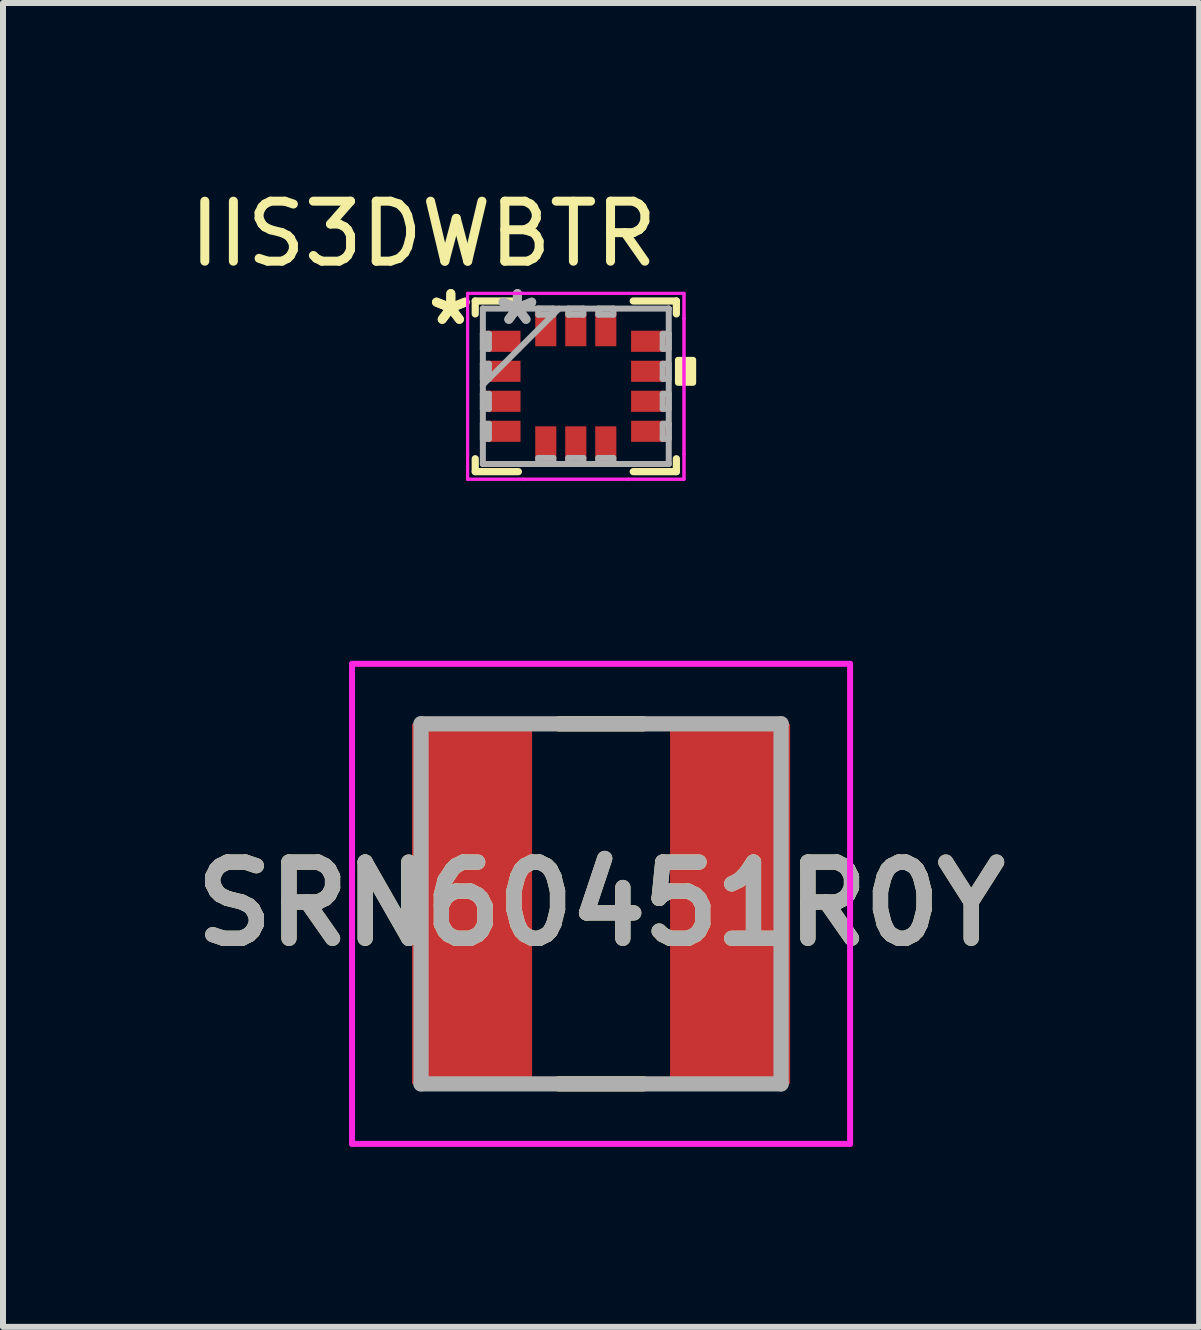
<source format=kicad_pcb>
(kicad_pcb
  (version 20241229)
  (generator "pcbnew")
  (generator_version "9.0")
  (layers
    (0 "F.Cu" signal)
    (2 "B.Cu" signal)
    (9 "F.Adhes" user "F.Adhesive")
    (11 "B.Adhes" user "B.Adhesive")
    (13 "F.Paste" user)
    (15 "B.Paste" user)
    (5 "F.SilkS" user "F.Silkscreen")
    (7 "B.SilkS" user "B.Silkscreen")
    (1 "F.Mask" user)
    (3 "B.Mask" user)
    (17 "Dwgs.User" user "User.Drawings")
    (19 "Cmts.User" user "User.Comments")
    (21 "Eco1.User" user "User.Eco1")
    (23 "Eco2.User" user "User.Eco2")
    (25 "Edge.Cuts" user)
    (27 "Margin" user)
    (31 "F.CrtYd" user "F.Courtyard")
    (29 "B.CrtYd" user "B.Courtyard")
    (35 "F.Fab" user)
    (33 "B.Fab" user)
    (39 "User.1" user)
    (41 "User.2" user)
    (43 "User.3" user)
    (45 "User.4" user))
  (footprint "IIS3DWBTR"
    (layer "F.Cu")
    (at 6.546 3.388)
    (property "Reference" "IIS3DWBTR" (at -2.54 -2.54 0) (layer "F.SilkS") (effects (font (size 1 1) (thickness 0.15))))
    (attr through_hole)
    (fp_line (start -1.676 -1.422) (end -1.676 -1.207) (stroke (width 0.12) (type solid)) (layer "F.SilkS"))
    (fp_line (start -1.676 1.207) (end -1.676 1.422) (stroke (width 0.12) (type solid)) (layer "F.SilkS"))
    (fp_line (start -1.676 1.422) (end -0.957 1.422) (stroke (width 0.12) (type solid)) (layer "F.SilkS"))
    (fp_line (start -0.957 -1.422) (end -1.676 -1.422) (stroke (width 0.12) (type solid)) (layer "F.SilkS"))
    (fp_line (start 0.957 1.422) (end 1.676 1.422) (stroke (width 0.12) (type solid)) (layer "F.SilkS"))
    (fp_line (start 1.676 -1.422) (end 0.957 -1.422) (stroke (width 0.12) (type solid)) (layer "F.SilkS"))
    (fp_line (start 1.676 -1.207) (end 1.676 -1.422) (stroke (width 0.12) (type solid)) (layer "F.SilkS"))
    (fp_line (start 1.676 1.422) (end 1.676 1.207) (stroke (width 0.12) (type solid)) (layer "F.SilkS"))
    (fp_poly (pts (xy 1.956 -0.441) (xy 1.956 -0.059) (xy 1.702 -0.059) (xy 1.702 -0.441)) (stroke (width 0.1) (type solid)) (fill yes) (layer "F.SilkS"))
    (fp_line (start -1.803 -1.549) (end -0.879 -1.549) (stroke (width 0.05) (type solid)) (layer "F.CrtYd"))
    (fp_line (start -1.803 -1.549) (end -0.879 -1.549) (stroke (width 0.05) (type solid)) (layer "F.CrtYd"))
    (fp_line (start -1.803 -1.129) (end -1.803 -1.549) (stroke (width 0.05) (type solid)) (layer "F.CrtYd"))
    (fp_line (start -1.803 -1.129) (end -1.803 -1.549) (stroke (width 0.05) (type solid)) (layer "F.CrtYd"))
    (fp_line (start -1.803 -1.129) (end -1.803 -1.129) (stroke (width 0.05) (type solid)) (layer "F.CrtYd"))
    (fp_line (start -1.803 -1.129) (end -1.803 -1.129) (stroke (width 0.05) (type solid)) (layer "F.CrtYd"))
    (fp_line (start -1.803 1.129) (end -1.803 -1.129) (stroke (width 0.05) (type solid)) (layer "F.CrtYd"))
    (fp_line (start -1.803 1.129) (end -1.803 -1.129) (stroke (width 0.05) (type solid)) (layer "F.CrtYd"))
    (fp_line (start -1.803 1.129) (end -1.803 1.129) (stroke (width 0.05) (type solid)) (layer "F.CrtYd"))
    (fp_line (start -1.803 1.129) (end -1.803 1.129) (stroke (width 0.05) (type solid)) (layer "F.CrtYd"))
    (fp_line (start -1.803 1.549) (end -1.803 1.129) (stroke (width 0.05) (type solid)) (layer "F.CrtYd"))
    (fp_line (start -1.803 1.549) (end -1.803 1.129) (stroke (width 0.05) (type solid)) (layer "F.CrtYd"))
    (fp_line (start -0.879 -1.549) (end -0.879 -1.549) (stroke (width 0.05) (type solid)) (layer "F.CrtYd"))
    (fp_line (start -0.879 -1.549) (end -0.879 -1.549) (stroke (width 0.05) (type solid)) (layer "F.CrtYd"))
    (fp_line (start -0.879 -1.549) (end 0.879 -1.549) (stroke (width 0.05) (type solid)) (layer "F.CrtYd"))
    (fp_line (start -0.879 -1.549) (end 0.879 -1.549) (stroke (width 0.05) (type solid)) (layer "F.CrtYd"))
    (fp_line (start -0.879 1.549) (end -1.803 1.549) (stroke (width 0.05) (type solid)) (layer "F.CrtYd"))
    (fp_line (start -0.879 1.549) (end -1.803 1.549) (stroke (width 0.05) (type solid)) (layer "F.CrtYd"))
    (fp_line (start -0.879 1.549) (end -0.879 1.549) (stroke (width 0.05) (type solid)) (layer "F.CrtYd"))
    (fp_line (start -0.879 1.549) (end -0.879 1.549) (stroke (width 0.05) (type solid)) (layer "F.CrtYd"))
    (fp_line (start 0.879 -1.549) (end 0.879 -1.549) (stroke (width 0.05) (type solid)) (layer "F.CrtYd"))
    (fp_line (start 0.879 -1.549) (end 0.879 -1.549) (stroke (width 0.05) (type solid)) (layer "F.CrtYd"))
    (fp_line (start 0.879 -1.549) (end 1.803 -1.549) (stroke (width 0.05) (type solid)) (layer "F.CrtYd"))
    (fp_line (start 0.879 -1.549) (end 1.803 -1.549) (stroke (width 0.05) (type solid)) (layer "F.CrtYd"))
    (fp_line (start 0.879 1.549) (end -0.879 1.549) (stroke (width 0.05) (type solid)) (layer "F.CrtYd"))
    (fp_line (start 0.879 1.549) (end -0.879 1.549) (stroke (width 0.05) (type solid)) (layer "F.CrtYd"))
    (fp_line (start 0.879 1.549) (end 0.879 1.549) (stroke (width 0.05) (type solid)) (layer "F.CrtYd"))
    (fp_line (start 0.879 1.549) (end 0.879 1.549) (stroke (width 0.05) (type solid)) (layer "F.CrtYd"))
    (fp_line (start 1.803 -1.549) (end 1.803 -1.129) (stroke (width 0.05) (type solid)) (layer "F.CrtYd"))
    (fp_line (start 1.803 -1.549) (end 1.803 -1.129) (stroke (width 0.05) (type solid)) (layer "F.CrtYd"))
    (fp_line (start 1.803 -1.129) (end 1.803 -1.129) (stroke (width 0.05) (type solid)) (layer "F.CrtYd"))
    (fp_line (start 1.803 -1.129) (end 1.803 -1.129) (stroke (width 0.05) (type solid)) (layer "F.CrtYd"))
    (fp_line (start 1.803 -1.129) (end 1.803 1.129) (stroke (width 0.05) (type solid)) (layer "F.CrtYd"))
    (fp_line (start 1.803 -1.129) (end 1.803 1.129) (stroke (width 0.05) (type solid)) (layer "F.CrtYd"))
    (fp_line (start 1.803 1.129) (end 1.803 1.129) (stroke (width 0.05) (type solid)) (layer "F.CrtYd"))
    (fp_line (start 1.803 1.129) (end 1.803 1.129) (stroke (width 0.05) (type solid)) (layer "F.CrtYd"))
    (fp_line (start 1.803 1.129) (end 1.803 1.549) (stroke (width 0.05) (type solid)) (layer "F.CrtYd"))
    (fp_line (start 1.803 1.129) (end 1.803 1.549) (stroke (width 0.05) (type solid)) (layer "F.CrtYd"))
    (fp_line (start 1.803 1.549) (end 0.879 1.549) (stroke (width 0.05) (type solid)) (layer "F.CrtYd"))
    (fp_line (start 1.803 1.549) (end 0.879 1.549) (stroke (width 0.05) (type solid)) (layer "F.CrtYd"))
    (fp_line (start -1.549 -1.295) (end -1.549 -1.295) (stroke (width 0.1) (type solid)) (layer "F.Fab"))
    (fp_line (start -1.549 -1.295) (end -1.549 1.295) (stroke (width 0.1) (type solid)) (layer "F.Fab"))
    (fp_line (start -1.549 -0.875) (end -1.448 -0.875) (stroke (width 0.1) (type solid)) (layer "F.Fab"))
    (fp_line (start -1.549 -0.625) (end -1.549 -0.875) (stroke (width 0.1) (type solid)) (layer "F.Fab"))
    (fp_line (start -1.549 -0.375) (end -1.448 -0.375) (stroke (width 0.1) (type solid)) (layer "F.Fab"))
    (fp_line (start -1.549 -0.125) (end -1.549 -0.375) (stroke (width 0.1) (type solid)) (layer "F.Fab"))
    (fp_line (start -1.549 -0.025) (end -0.279 -1.295) (stroke (width 0.1) (type solid)) (layer "F.Fab"))
    (fp_line (start -1.549 0.125) (end -1.448 0.125) (stroke (width 0.1) (type solid)) (layer "F.Fab"))
    (fp_line (start -1.549 0.375) (end -1.549 0.125) (stroke (width 0.1) (type solid)) (layer "F.Fab"))
    (fp_line (start -1.549 0.625) (end -1.448 0.625) (stroke (width 0.1) (type solid)) (layer "F.Fab"))
    (fp_line (start -1.549 0.875) (end -1.549 0.625) (stroke (width 0.1) (type solid)) (layer "F.Fab"))
    (fp_line (start -1.549 1.295) (end -1.549 1.295) (stroke (width 0.1) (type solid)) (layer "F.Fab"))
    (fp_line (start -1.549 1.295) (end 1.549 1.295) (stroke (width 0.1) (type solid)) (layer "F.Fab"))
    (fp_line (start -1.448 -0.875) (end -1.448 -0.625) (stroke (width 0.1) (type solid)) (layer "F.Fab"))
    (fp_line (start -1.448 -0.625) (end -1.549 -0.625) (stroke (width 0.1) (type solid)) (layer "F.Fab"))
    (fp_line (start -1.448 -0.375) (end -1.448 -0.125) (stroke (width 0.1) (type solid)) (layer "F.Fab"))
    (fp_line (start -1.448 -0.125) (end -1.549 -0.125) (stroke (width 0.1) (type solid)) (layer "F.Fab"))
    (fp_line (start -1.448 0.125) (end -1.448 0.375) (stroke (width 0.1) (type solid)) (layer "F.Fab"))
    (fp_line (start -1.448 0.375) (end -1.549 0.375) (stroke (width 0.1) (type solid)) (layer "F.Fab"))
    (fp_line (start -1.448 0.625) (end -1.448 0.875) (stroke (width 0.1) (type solid)) (layer "F.Fab"))
    (fp_line (start -1.448 0.875) (end -1.549 0.875) (stroke (width 0.1) (type solid)) (layer "F.Fab"))
    (fp_line (start -0.625 -1.295) (end -0.375 -1.295) (stroke (width 0.1) (type solid)) (layer "F.Fab"))
    (fp_line (start -0.625 -1.194) (end -0.625 -1.295) (stroke (width 0.1) (type solid)) (layer "F.Fab"))
    (fp_line (start -0.625 1.194) (end -0.375 1.194) (stroke (width 0.1) (type solid)) (layer "F.Fab"))
    (fp_line (start -0.625 1.295) (end -0.625 1.194) (stroke (width 0.1) (type solid)) (layer "F.Fab"))
    (fp_line (start -0.375 -1.295) (end -0.375 -1.194) (stroke (width 0.1) (type solid)) (layer "F.Fab"))
    (fp_line (start -0.375 -1.194) (end -0.625 -1.194) (stroke (width 0.1) (type solid)) (layer "F.Fab"))
    (fp_line (start -0.375 1.194) (end -0.375 1.295) (stroke (width 0.1) (type solid)) (layer "F.Fab"))
    (fp_line (start -0.375 1.295) (end -0.625 1.295) (stroke (width 0.1) (type solid)) (layer "F.Fab"))
    (fp_line (start -0.125 -1.295) (end 0.125 -1.295) (stroke (width 0.1) (type solid)) (layer "F.Fab"))
    (fp_line (start -0.125 -1.194) (end -0.125 -1.295) (stroke (width 0.1) (type solid)) (layer "F.Fab"))
    (fp_line (start -0.125 1.194) (end 0.125 1.194) (stroke (width 0.1) (type solid)) (layer "F.Fab"))
    (fp_line (start -0.125 1.295) (end -0.125 1.194) (stroke (width 0.1) (type solid)) (layer "F.Fab"))
    (fp_line (start 0.125 -1.295) (end 0.125 -1.194) (stroke (width 0.1) (type solid)) (layer "F.Fab"))
    (fp_line (start 0.125 -1.194) (end -0.125 -1.194) (stroke (width 0.1) (type solid)) (layer "F.Fab"))
    (fp_line (start 0.125 1.194) (end 0.125 1.295) (stroke (width 0.1) (type solid)) (layer "F.Fab"))
    (fp_line (start 0.125 1.295) (end -0.125 1.295) (stroke (width 0.1) (type solid)) (layer "F.Fab"))
    (fp_line (start 0.375 -1.295) (end 0.625 -1.295) (stroke (width 0.1) (type solid)) (layer "F.Fab"))
    (fp_line (start 0.375 -1.194) (end 0.375 -1.295) (stroke (width 0.1) (type solid)) (layer "F.Fab"))
    (fp_line (start 0.375 1.194) (end 0.625 1.194) (stroke (width 0.1) (type solid)) (layer "F.Fab"))
    (fp_line (start 0.375 1.295) (end 0.375 1.194) (stroke (width 0.1) (type solid)) (layer "F.Fab"))
    (fp_line (start 0.625 -1.295) (end 0.625 -1.194) (stroke (width 0.1) (type solid)) (layer "F.Fab"))
    (fp_line (start 0.625 -1.194) (end 0.375 -1.194) (stroke (width 0.1) (type solid)) (layer "F.Fab"))
    (fp_line (start 0.625 1.194) (end 0.625 1.295) (stroke (width 0.1) (type solid)) (layer "F.Fab"))
    (fp_line (start 0.625 1.295) (end 0.375 1.295) (stroke (width 0.1) (type solid)) (layer "F.Fab"))
    (fp_line (start 1.448 -0.875) (end 1.549 -0.875) (stroke (width 0.1) (type solid)) (layer "F.Fab"))
    (fp_line (start 1.448 -0.625) (end 1.448 -0.875) (stroke (width 0.1) (type solid)) (layer "F.Fab"))
    (fp_line (start 1.448 -0.375) (end 1.549 -0.375) (stroke (width 0.1) (type solid)) (layer "F.Fab"))
    (fp_line (start 1.448 -0.125) (end 1.448 -0.375) (stroke (width 0.1) (type solid)) (layer "F.Fab"))
    (fp_line (start 1.448 0.125) (end 1.549 0.125) (stroke (width 0.1) (type solid)) (layer "F.Fab"))
    (fp_line (start 1.448 0.375) (end 1.448 0.125) (stroke (width 0.1) (type solid)) (layer "F.Fab"))
    (fp_line (start 1.448 0.625) (end 1.549 0.625) (stroke (width 0.1) (type solid)) (layer "F.Fab"))
    (fp_line (start 1.448 0.875) (end 1.448 0.625) (stroke (width 0.1) (type solid)) (layer "F.Fab"))
    (fp_line (start 1.549 -1.295) (end -1.549 -1.295) (stroke (width 0.1) (type solid)) (layer "F.Fab"))
    (fp_line (start 1.549 -1.295) (end 1.549 -1.295) (stroke (width 0.1) (type solid)) (layer "F.Fab"))
    (fp_line (start 1.549 -0.875) (end 1.549 -0.625) (stroke (width 0.1) (type solid)) (layer "F.Fab"))
    (fp_line (start 1.549 -0.625) (end 1.448 -0.625) (stroke (width 0.1) (type solid)) (layer "F.Fab"))
    (fp_line (start 1.549 -0.375) (end 1.549 -0.125) (stroke (width 0.1) (type solid)) (layer "F.Fab"))
    (fp_line (start 1.549 -0.125) (end 1.448 -0.125) (stroke (width 0.1) (type solid)) (layer "F.Fab"))
    (fp_line (start 1.549 0.125) (end 1.549 0.375) (stroke (width 0.1) (type solid)) (layer "F.Fab"))
    (fp_line (start 1.549 0.375) (end 1.448 0.375) (stroke (width 0.1) (type solid)) (layer "F.Fab"))
    (fp_line (start 1.549 0.625) (end 1.549 0.875) (stroke (width 0.1) (type solid)) (layer "F.Fab"))
    (fp_line (start 1.549 0.875) (end 1.448 0.875) (stroke (width 0.1) (type solid)) (layer "F.Fab"))
    (fp_line (start 1.549 1.295) (end 1.549 -1.295) (stroke (width 0.1) (type solid)) (layer "F.Fab"))
    (fp_line (start 1.549 1.295) (end 1.549 1.295) (stroke (width 0.1) (type solid)) (layer "F.Fab"))
    (fp_text user "*" (at -2.083 -1 0) (layer "F.SilkS") (effects (font (size 1 1) (thickness 0.15))))
    (fp_text user "*" (at -2.083 -1 0) (layer "F.SilkS") (effects (font (size 1 1) (thickness 0.15))))
    (fp_text user "*" (at -0.973 -1 0) (layer "F.Fab") (effects (font (size 1 1) (thickness 0.15))))
    (fp_text user "*" (at -0.973 -1 0) (layer "F.Fab") (effects (font (size 1 1) (thickness 0.15))))
    (pad "1" smd rect (at -1.21 -0.75 90) (size 0.352 0.577) (layers "F.Cu" "F.Mask" "F.Paste"))
    (pad "2" smd rect (at -1.21 -0.25 90) (size 0.352 0.577) (layers "F.Cu" "F.Mask" "F.Paste"))
    (pad "3" smd rect (at -1.21 0.25 90) (size 0.352 0.577) (layers "F.Cu" "F.Mask" "F.Paste"))
    (pad "4" smd rect (at -1.21 0.75 90) (size 0.352 0.577) (layers "F.Cu" "F.Mask" "F.Paste"))
    (pad "5" smd rect (at -0.5 0.956) (size 0.352 0.577) (layers "F.Cu" "F.Mask" "F.Paste"))
    (pad "6" smd rect (at 0 0.956) (size 0.352 0.577) (layers "F.Cu" "F.Mask" "F.Paste"))
    (pad "7" smd rect (at 0.5 0.956) (size 0.352 0.577) (layers "F.Cu" "F.Mask" "F.Paste"))
    (pad "8" smd rect (at 1.21 0.75 90) (size 0.352 0.577) (layers "F.Cu" "F.Mask" "F.Paste"))
    (pad "9" smd rect (at 1.21 0.25 90) (size 0.352 0.577) (layers "F.Cu" "F.Mask" "F.Paste"))
    (pad "10" smd rect (at 1.21 -0.25 90) (size 0.352 0.577) (layers "F.Cu" "F.Mask" "F.Paste"))
    (pad "11" smd rect (at 1.21 -0.75 90) (size 0.352 0.577) (layers "F.Cu" "F.Mask" "F.Paste"))
    (pad "12" smd rect (at 0.5 -0.956) (size 0.352 0.577) (layers "F.Cu" "F.Mask" "F.Paste"))
    (pad "13" smd rect (at 0 -0.956) (size 0.352 0.577) (layers "F.Cu" "F.Mask" "F.Paste"))
    (pad "14" smd rect (at -0.5 -0.956) (size 0.352 0.577) (layers "F.Cu" "F.Mask" "F.Paste")))
  (footprint "SRN60451R0Y"
    (layer "F.Cu")
    (at 6.967 12.013)
    (property "Reference" "SRN60451R0Y" (at 0 0 0) (layer "F.SilkS") (effects (font (size 1.27 1.27) (thickness 0.254))))
    (attr smd)
    (fp_line (start -0.7 -3) (end 0.7 -3) (stroke (width 0.254) (type solid)) (layer "F.SilkS"))
    (fp_line (start -0.7 3) (end 0.7 3) (stroke (width 0.254) (type solid)) (layer "F.SilkS"))
    (fp_line (start -4.15 -4) (end 4.15 -4) (stroke (width 0.1) (type solid)) (layer "F.CrtYd"))
    (fp_line (start -4.15 4) (end -4.15 -4) (stroke (width 0.1) (type solid)) (layer "F.CrtYd"))
    (fp_line (start 4.15 -4) (end 4.15 4) (stroke (width 0.1) (type solid)) (layer "F.CrtYd"))
    (fp_line (start 4.15 4) (end -4.15 4) (stroke (width 0.1) (type solid)) (layer "F.CrtYd"))
    (fp_line (start -3 -3) (end 3 -3) (stroke (width 0.254) (type solid)) (layer "F.Fab"))
    (fp_line (start -3 3) (end -3 -3) (stroke (width 0.254) (type solid)) (layer "F.Fab"))
    (fp_line (start 3 -3) (end 3 3) (stroke (width 0.254) (type solid)) (layer "F.Fab"))
    (fp_line (start 3 3) (end -3 3) (stroke (width 0.254) (type solid)) (layer "F.Fab"))
    (fp_text user "${REFERENCE}" (at 0 0 0) (layer "F.Fab") (effects (font (size 1.27 1.27) (thickness 0.254))))
    (pad "1" smd rect (at -2.15 0) (size 2 6) (layers "F.Cu" "F.Mask" "F.Paste"))
    (pad "2" smd rect (at 2.15 0) (size 2 6) (layers "F.Cu" "F.Mask" "F.Paste")))
  (gr_rect
    (start -3 -3)
    (end 16.934 19.063)
    (stroke (width 0.1) (type default))
    (fill no)
    (layer "Edge.Cuts")))
</source>
